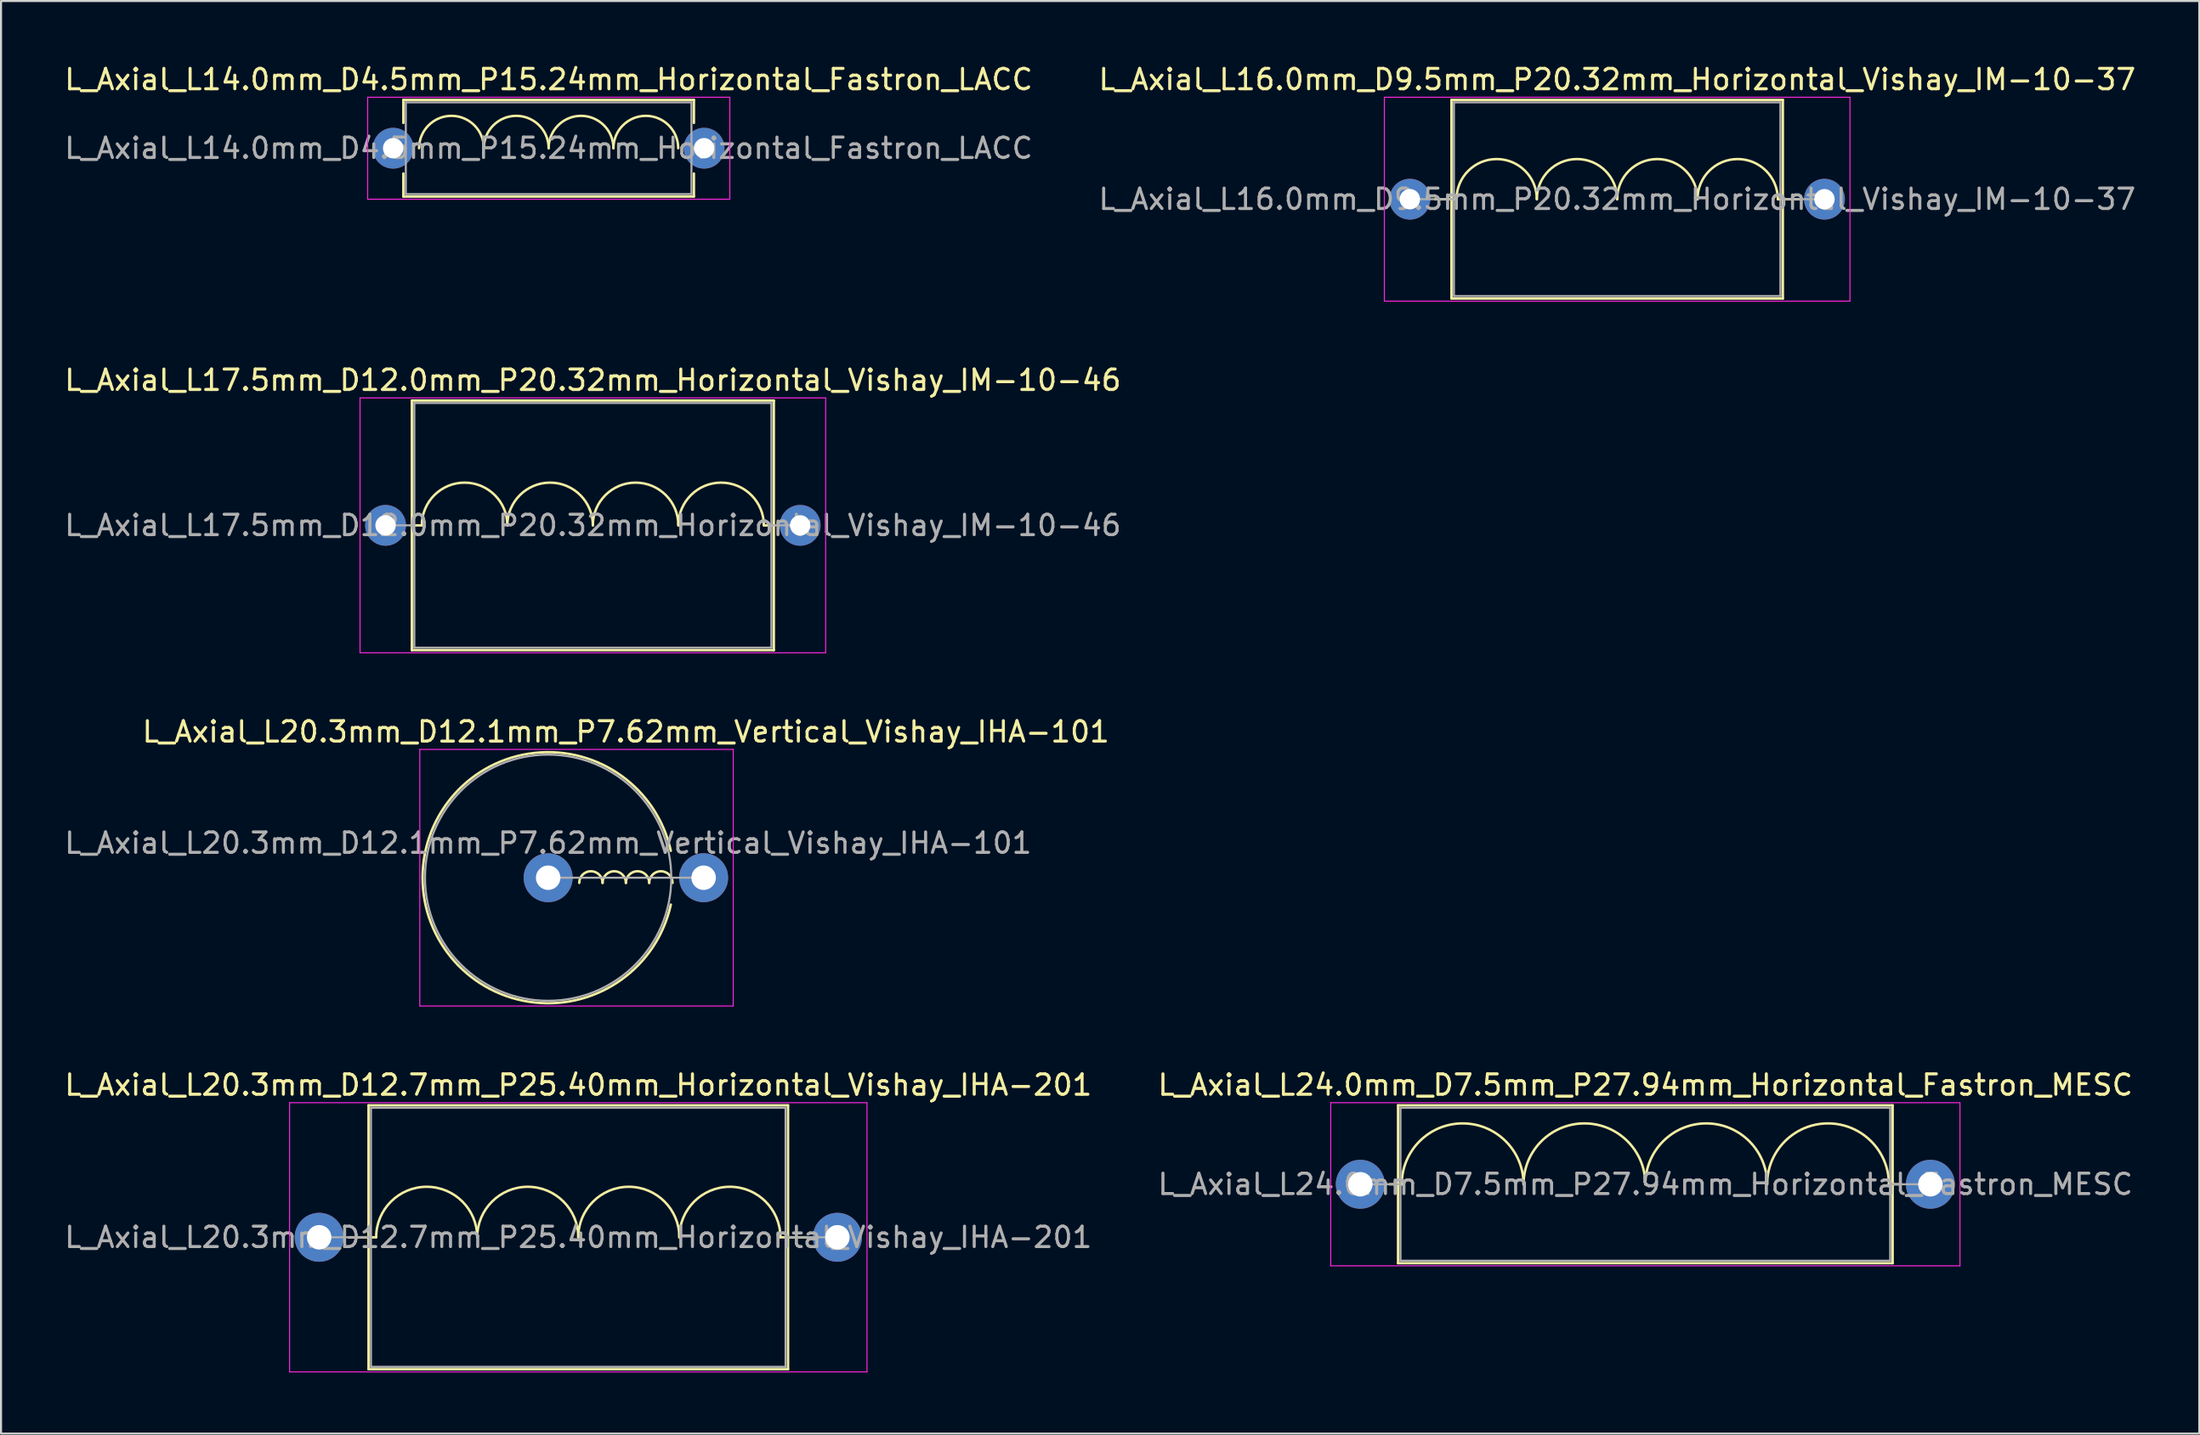
<source format=kicad_pcb>
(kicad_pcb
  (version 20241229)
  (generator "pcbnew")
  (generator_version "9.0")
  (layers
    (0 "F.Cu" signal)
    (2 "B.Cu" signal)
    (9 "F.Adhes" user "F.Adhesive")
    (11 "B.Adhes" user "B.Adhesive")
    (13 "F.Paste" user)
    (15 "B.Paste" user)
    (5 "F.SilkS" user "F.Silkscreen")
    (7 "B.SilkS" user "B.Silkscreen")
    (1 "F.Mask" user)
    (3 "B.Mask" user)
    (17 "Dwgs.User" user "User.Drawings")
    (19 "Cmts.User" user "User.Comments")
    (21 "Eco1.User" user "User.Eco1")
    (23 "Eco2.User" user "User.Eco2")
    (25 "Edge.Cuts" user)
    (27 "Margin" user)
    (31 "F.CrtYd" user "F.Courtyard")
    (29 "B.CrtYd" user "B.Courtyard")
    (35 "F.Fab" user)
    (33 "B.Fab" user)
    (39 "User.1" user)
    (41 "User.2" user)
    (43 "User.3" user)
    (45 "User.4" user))
  (footprint "L_Axial_L20.3mm_D12.7mm_P25.40mm_Horizontal_Vishay_IHA-201"
    (layer "F.Cu")
    (at 12.592 57.623)
    (property "Reference" "L_Axial_L20.3mm_D12.7mm_P25.40mm_Horizontal_Vishay_IHA-201" (at 12.7 -7.47 0) (layer "F.SilkS") (effects (font (size 1 1) (thickness 0.15))))
    (attr through_hole)
    (fp_line (start 1.44 0) (end 2.42 0) (stroke (width 0.12) (type solid)) (layer "F.SilkS"))
    (fp_line (start 2.42 -6.47) (end 2.42 6.47) (stroke (width 0.12) (type solid)) (layer "F.SilkS"))
    (fp_line (start 2.42 6.47) (end 22.98 6.47) (stroke (width 0.12) (type solid)) (layer "F.SilkS"))
    (fp_line (start 2.794 0) (end 2.42 0) (stroke (width 0.12) (type solid)) (layer "F.SilkS"))
    (fp_line (start 22.606 0) (end 22.98 0) (stroke (width 0.12) (type solid)) (layer "F.SilkS"))
    (fp_line (start 22.98 -6.47) (end 2.42 -6.47) (stroke (width 0.12) (type solid)) (layer "F.SilkS"))
    (fp_line (start 22.98 6.47) (end 22.98 -6.47) (stroke (width 0.12) (type solid)) (layer "F.SilkS"))
    (fp_line (start 23.96 0) (end 22.98 0) (stroke (width 0.12) (type solid)) (layer "F.SilkS"))
    (fp_arc (start 2.794 0) (mid 5.2705 -2.4765) (end 7.747 0) (stroke (width 0.12) (type solid)) (layer "F.SilkS"))
    (fp_arc (start 7.747 0) (mid 10.2235 -2.4765) (end 12.7 0) (stroke (width 0.12) (type solid)) (layer "F.SilkS"))
    (fp_arc (start 12.7 0) (mid 15.1765 -2.4765) (end 17.653 0) (stroke (width 0.12) (type solid)) (layer "F.SilkS"))
    (fp_arc (start 17.653 0) (mid 20.1295 -2.4765) (end 22.606 0) (stroke (width 0.12) (type solid)) (layer "F.SilkS"))
    (fp_line (start -1.45 -6.6) (end -1.45 6.6) (stroke (width 0.05) (type solid)) (layer "F.CrtYd"))
    (fp_line (start -1.45 6.6) (end 26.85 6.6) (stroke (width 0.05) (type solid)) (layer "F.CrtYd"))
    (fp_line (start 26.85 -6.6) (end -1.45 -6.6) (stroke (width 0.05) (type solid)) (layer "F.CrtYd"))
    (fp_line (start 26.85 6.6) (end 26.85 -6.6) (stroke (width 0.05) (type solid)) (layer "F.CrtYd"))
    (fp_line (start 0 0) (end 2.54 0) (stroke (width 0.1) (type solid)) (layer "F.Fab"))
    (fp_line (start 2.54 -6.35) (end 2.54 6.35) (stroke (width 0.1) (type solid)) (layer "F.Fab"))
    (fp_line (start 2.54 6.35) (end 22.86 6.35) (stroke (width 0.1) (type solid)) (layer "F.Fab"))
    (fp_line (start 22.86 -6.35) (end 2.54 -6.35) (stroke (width 0.1) (type solid)) (layer "F.Fab"))
    (fp_line (start 22.86 6.35) (end 22.86 -6.35) (stroke (width 0.1) (type solid)) (layer "F.Fab"))
    (fp_line (start 25.4 0) (end 22.86 0) (stroke (width 0.1) (type solid)) (layer "F.Fab"))
    (fp_text user "${REFERENCE}" (at 12.7 0 0) (layer "F.Fab") (effects (font (size 1 1) (thickness 0.15))))
    (pad "1" thru_hole circle (at 0 0) (size 2.4 2.4) (drill 1.2) (layers "*.Cu" "*.Mask"))
    (pad "2" thru_hole oval (at 25.4 0) (size 2.4 2.4) (drill 1.2) (layers "*.Cu" "*.Mask")))
  (footprint "L_Axial_L24.0mm_D7.5mm_P27.94mm_Horizontal_Fastron_MESC"
    (layer "F.Cu")
    (at 63.619 55.023)
    (property "Reference" "L_Axial_L24.0mm_D7.5mm_P27.94mm_Horizontal_Fastron_MESC" (at 13.97 -4.87 0) (layer "F.SilkS") (effects (font (size 1 1) (thickness 0.15))))
    (attr through_hole)
    (fp_line (start 1.44 0) (end 1.85 0) (stroke (width 0.12) (type solid)) (layer "F.SilkS"))
    (fp_line (start 1.85 -3.87) (end 1.85 3.87) (stroke (width 0.12) (type solid)) (layer "F.SilkS"))
    (fp_line (start 1.85 3.87) (end 26.09 3.87) (stroke (width 0.12) (type solid)) (layer "F.SilkS"))
    (fp_line (start 2.032 0) (end 1.85 0) (stroke (width 0.12) (type solid)) (layer "F.SilkS"))
    (fp_line (start 25.908 0) (end 26.09 0) (stroke (width 0.12) (type solid)) (layer "F.SilkS"))
    (fp_line (start 26.09 -3.87) (end 1.85 -3.87) (stroke (width 0.12) (type solid)) (layer "F.SilkS"))
    (fp_line (start 26.09 3.87) (end 26.09 -3.87) (stroke (width 0.12) (type solid)) (layer "F.SilkS"))
    (fp_line (start 26.5 0) (end 26.09 0) (stroke (width 0.12) (type solid)) (layer "F.SilkS"))
    (fp_arc (start 2.032 0) (mid 5.0165 -2.9845) (end 8.001 0) (stroke (width 0.12) (type solid)) (layer "F.SilkS"))
    (fp_arc (start 8.001 0) (mid 10.9855 -2.9845) (end 13.97 0) (stroke (width 0.12) (type solid)) (layer "F.SilkS"))
    (fp_arc (start 13.97 0) (mid 16.9545 -2.9845) (end 19.939 0) (stroke (width 0.12) (type solid)) (layer "F.SilkS"))
    (fp_arc (start 19.939 0) (mid 22.9235 -2.9845) (end 25.908 0) (stroke (width 0.12) (type solid)) (layer "F.SilkS"))
    (fp_line (start -1.45 -4) (end -1.45 4) (stroke (width 0.05) (type solid)) (layer "F.CrtYd"))
    (fp_line (start -1.45 4) (end 29.39 4) (stroke (width 0.05) (type solid)) (layer "F.CrtYd"))
    (fp_line (start 29.39 -4) (end -1.45 -4) (stroke (width 0.05) (type solid)) (layer "F.CrtYd"))
    (fp_line (start 29.39 4) (end 29.39 -4) (stroke (width 0.05) (type solid)) (layer "F.CrtYd"))
    (fp_line (start 0 0) (end 1.97 0) (stroke (width 0.1) (type solid)) (layer "F.Fab"))
    (fp_line (start 1.97 -3.75) (end 1.97 3.75) (stroke (width 0.1) (type solid)) (layer "F.Fab"))
    (fp_line (start 1.97 3.75) (end 25.97 3.75) (stroke (width 0.1) (type solid)) (layer "F.Fab"))
    (fp_line (start 25.97 -3.75) (end 1.97 -3.75) (stroke (width 0.1) (type solid)) (layer "F.Fab"))
    (fp_line (start 25.97 3.75) (end 25.97 -3.75) (stroke (width 0.1) (type solid)) (layer "F.Fab"))
    (fp_line (start 27.94 0) (end 25.97 0) (stroke (width 0.1) (type solid)) (layer "F.Fab"))
    (fp_text user "${REFERENCE}" (at 13.97 0 0) (layer "F.Fab") (effects (font (size 1 1) (thickness 0.15))))
    (pad "1" thru_hole circle (at 0 0) (size 2.4 2.4) (drill 1.2) (layers "*.Cu" "*.Mask"))
    (pad "2" thru_hole oval (at 27.94 0) (size 2.4 2.4) (drill 1.2) (layers "*.Cu" "*.Mask")))
  (footprint "L_Axial_L17.5mm_D12.0mm_P20.32mm_Horizontal_Vishay_IM-10-46"
    (layer "F.Cu")
    (at 15.846 22.712)
    (property "Reference" "L_Axial_L17.5mm_D12.0mm_P20.32mm_Horizontal_Vishay_IM-10-46" (at 10.16 -7.12 0) (layer "F.SilkS") (effects (font (size 1 1) (thickness 0.15))))
    (attr through_hole)
    (fp_line (start 1.24 0) (end 1.29 0) (stroke (width 0.12) (type solid)) (layer "F.SilkS"))
    (fp_line (start 1.29 -6.12) (end 1.29 6.12) (stroke (width 0.12) (type solid)) (layer "F.SilkS"))
    (fp_line (start 1.29 6.12) (end 19.03 6.12) (stroke (width 0.12) (type solid)) (layer "F.SilkS"))
    (fp_line (start 1.778 0) (end 1.29 0) (stroke (width 0.12) (type solid)) (layer "F.SilkS"))
    (fp_line (start 18.542 0) (end 19.03 0) (stroke (width 0.12) (type solid)) (layer "F.SilkS"))
    (fp_line (start 19.03 -6.12) (end 1.29 -6.12) (stroke (width 0.12) (type solid)) (layer "F.SilkS"))
    (fp_line (start 19.03 6.12) (end 19.03 -6.12) (stroke (width 0.12) (type solid)) (layer "F.SilkS"))
    (fp_line (start 19.08 0) (end 19.03 0) (stroke (width 0.12) (type solid)) (layer "F.SilkS"))
    (fp_arc (start 1.778 0) (mid 3.8735 -2.0955) (end 5.969 0) (stroke (width 0.12) (type solid)) (layer "F.SilkS"))
    (fp_arc (start 5.969 0) (mid 8.0645 -2.0955) (end 10.16 0) (stroke (width 0.12) (type solid)) (layer "F.SilkS"))
    (fp_arc (start 10.16 0) (mid 12.2555 -2.0955) (end 14.351 0) (stroke (width 0.12) (type solid)) (layer "F.SilkS"))
    (fp_arc (start 14.351 0) (mid 16.4465 -2.0955) (end 18.542 0) (stroke (width 0.12) (type solid)) (layer "F.SilkS"))
    (fp_line (start -1.25 -6.25) (end -1.25 6.25) (stroke (width 0.05) (type solid)) (layer "F.CrtYd"))
    (fp_line (start -1.25 6.25) (end 21.57 6.25) (stroke (width 0.05) (type solid)) (layer "F.CrtYd"))
    (fp_line (start 21.57 -6.25) (end -1.25 -6.25) (stroke (width 0.05) (type solid)) (layer "F.CrtYd"))
    (fp_line (start 21.57 6.25) (end 21.57 -6.25) (stroke (width 0.05) (type solid)) (layer "F.CrtYd"))
    (fp_line (start 0 0) (end 1.41 0) (stroke (width 0.1) (type solid)) (layer "F.Fab"))
    (fp_line (start 1.41 -6) (end 1.41 6) (stroke (width 0.1) (type solid)) (layer "F.Fab"))
    (fp_line (start 1.41 6) (end 18.91 6) (stroke (width 0.1) (type solid)) (layer "F.Fab"))
    (fp_line (start 18.91 -6) (end 1.41 -6) (stroke (width 0.1) (type solid)) (layer "F.Fab"))
    (fp_line (start 18.91 6) (end 18.91 -6) (stroke (width 0.1) (type solid)) (layer "F.Fab"))
    (fp_line (start 20.32 0) (end 18.91 0) (stroke (width 0.1) (type solid)) (layer "F.Fab"))
    (fp_text user "${REFERENCE}" (at 10.16 0 0) (layer "F.Fab") (effects (font (size 1 1) (thickness 0.15))))
    (pad "1" thru_hole circle (at 0 0) (size 2 2) (drill 1) (layers "*.Cu" "*.Mask"))
    (pad "2" thru_hole oval (at 20.32 0) (size 2 2) (drill 1) (layers "*.Cu" "*.Mask")))
  (footprint "L_Axial_L16.0mm_D9.5mm_P20.32mm_Horizontal_Vishay_IM-10-37"
    (layer "F.Cu")
    (at 66.048 6.718)
    (property "Reference" "L_Axial_L16.0mm_D9.5mm_P20.32mm_Horizontal_Vishay_IM-10-37" (at 10.16 -5.87 0) (layer "F.SilkS") (effects (font (size 1 1) (thickness 0.15))))
    (attr through_hole)
    (fp_line (start 1.24 0) (end 2.04 0) (stroke (width 0.12) (type solid)) (layer "F.SilkS"))
    (fp_line (start 2.04 -4.87) (end 2.04 4.87) (stroke (width 0.12) (type solid)) (layer "F.SilkS"))
    (fp_line (start 2.04 4.87) (end 18.28 4.87) (stroke (width 0.12) (type solid)) (layer "F.SilkS"))
    (fp_line (start 2.286 0) (end 2.04 0) (stroke (width 0.12) (type solid)) (layer "F.SilkS"))
    (fp_line (start 18.034 0) (end 18.288 0) (stroke (width 0.12) (type solid)) (layer "F.SilkS"))
    (fp_line (start 18.28 -4.87) (end 2.04 -4.87) (stroke (width 0.12) (type solid)) (layer "F.SilkS"))
    (fp_line (start 18.28 4.87) (end 18.28 -4.87) (stroke (width 0.12) (type solid)) (layer "F.SilkS"))
    (fp_line (start 19.08 0) (end 18.28 0) (stroke (width 0.12) (type solid)) (layer "F.SilkS"))
    (fp_arc (start 2.286 0) (mid 4.2545 -1.9685) (end 6.223 0) (stroke (width 0.12) (type solid)) (layer "F.SilkS"))
    (fp_arc (start 6.223 0) (mid 8.1915 -1.9685) (end 10.16 0) (stroke (width 0.12) (type solid)) (layer "F.SilkS"))
    (fp_arc (start 10.16 0) (mid 12.1285 -1.9685) (end 14.097 0) (stroke (width 0.12) (type solid)) (layer "F.SilkS"))
    (fp_arc (start 14.097 0) (mid 16.0655 -1.9685) (end 18.034 0) (stroke (width 0.12) (type solid)) (layer "F.SilkS"))
    (fp_line (start -1.25 -5) (end -1.25 5) (stroke (width 0.05) (type solid)) (layer "F.CrtYd"))
    (fp_line (start -1.25 5) (end 21.57 5) (stroke (width 0.05) (type solid)) (layer "F.CrtYd"))
    (fp_line (start 21.57 -5) (end -1.25 -5) (stroke (width 0.05) (type solid)) (layer "F.CrtYd"))
    (fp_line (start 21.57 5) (end 21.57 -5) (stroke (width 0.05) (type solid)) (layer "F.CrtYd"))
    (fp_line (start 0 0) (end 2.16 0) (stroke (width 0.1) (type solid)) (layer "F.Fab"))
    (fp_line (start 2.16 -4.75) (end 2.16 4.75) (stroke (width 0.1) (type solid)) (layer "F.Fab"))
    (fp_line (start 2.16 4.75) (end 18.16 4.75) (stroke (width 0.1) (type solid)) (layer "F.Fab"))
    (fp_line (start 18.16 -4.75) (end 2.16 -4.75) (stroke (width 0.1) (type solid)) (layer "F.Fab"))
    (fp_line (start 18.16 4.75) (end 18.16 -4.75) (stroke (width 0.1) (type solid)) (layer "F.Fab"))
    (fp_line (start 20.32 0) (end 18.16 0) (stroke (width 0.1) (type solid)) (layer "F.Fab"))
    (fp_text user "${REFERENCE}" (at 10.16 0 0) (layer "F.Fab") (effects (font (size 1 1) (thickness 0.15))))
    (pad "1" thru_hole circle (at 0 0) (size 2 2) (drill 1) (layers "*.Cu" "*.Mask"))
    (pad "2" thru_hole oval (at 20.32 0) (size 2 2) (drill 1) (layers "*.Cu" "*.Mask")))
  (footprint "L_Axial_L14.0mm_D4.5mm_P15.24mm_Horizontal_Fastron_LACC"
    (layer "F.Cu")
    (at 16.219 4.218)
    (property "Reference" "L_Axial_L14.0mm_D4.5mm_P15.24mm_Horizontal_Fastron_LACC" (at 7.62 -3.37 0) (layer "F.SilkS") (effects (font (size 1 1) (thickness 0.15))))
    (attr through_hole)
    (fp_line (start 0.5 -2.37) (end 14.74 -2.37) (stroke (width 0.12) (type solid)) (layer "F.SilkS"))
    (fp_line (start 0.5 -1.24) (end 0.5 -2.37) (stroke (width 0.12) (type solid)) (layer "F.SilkS"))
    (fp_line (start 0.5 1.24) (end 0.5 2.37) (stroke (width 0.12) (type solid)) (layer "F.SilkS"))
    (fp_line (start 0.5 2.37) (end 14.74 2.37) (stroke (width 0.12) (type solid)) (layer "F.SilkS"))
    (fp_line (start 14.74 -2.37) (end 14.74 -1.24) (stroke (width 0.12) (type solid)) (layer "F.SilkS"))
    (fp_line (start 14.74 2.37) (end 14.74 1.24) (stroke (width 0.12) (type solid)) (layer "F.SilkS"))
    (fp_arc (start 1.27 0) (mid 2.8575 -1.5875) (end 4.445 0) (stroke (width 0.12) (type solid)) (layer "F.SilkS"))
    (fp_arc (start 4.445 0) (mid 6.0325 -1.5875) (end 7.62 0) (stroke (width 0.12) (type solid)) (layer "F.SilkS"))
    (fp_arc (start 7.62 0) (mid 9.2075 -1.5875) (end 10.795 0) (stroke (width 0.12) (type solid)) (layer "F.SilkS"))
    (fp_arc (start 10.795 0) (mid 12.3825 -1.5875) (end 13.97 0) (stroke (width 0.12) (type solid)) (layer "F.SilkS"))
    (fp_line (start -1.25 -2.5) (end -1.25 2.5) (stroke (width 0.05) (type solid)) (layer "F.CrtYd"))
    (fp_line (start -1.25 2.5) (end 16.5 2.5) (stroke (width 0.05) (type solid)) (layer "F.CrtYd"))
    (fp_line (start 16.5 -2.5) (end -1.25 -2.5) (stroke (width 0.05) (type solid)) (layer "F.CrtYd"))
    (fp_line (start 16.5 2.5) (end 16.5 -2.5) (stroke (width 0.05) (type solid)) (layer "F.CrtYd"))
    (fp_line (start 0 0) (end 0.62 0) (stroke (width 0.1) (type solid)) (layer "F.Fab"))
    (fp_line (start 0.62 -2.25) (end 0.62 2.25) (stroke (width 0.1) (type solid)) (layer "F.Fab"))
    (fp_line (start 0.62 2.25) (end 14.62 2.25) (stroke (width 0.1) (type solid)) (layer "F.Fab"))
    (fp_line (start 14.62 -2.25) (end 0.62 -2.25) (stroke (width 0.1) (type solid)) (layer "F.Fab"))
    (fp_line (start 14.62 2.25) (end 14.62 -2.25) (stroke (width 0.1) (type solid)) (layer "F.Fab"))
    (fp_line (start 15.24 0) (end 14.62 0) (stroke (width 0.1) (type solid)) (layer "F.Fab"))
    (fp_text user "${REFERENCE}" (at 7.62 0 0) (layer "F.Fab") (effects (font (size 1 1) (thickness 0.15))))
    (pad "1" thru_hole circle (at 0 0) (size 2 2) (drill 1) (layers "*.Cu" "*.Mask"))
    (pad "2" thru_hole oval (at 15.24 0) (size 2 2) (drill 1) (layers "*.Cu" "*.Mask")))
  (footprint "L_Axial_L20.3mm_D12.1mm_P7.62mm_Vertical_Vishay_IHA-101"
    (layer "F.Cu")
    (at 23.815 39.99)
    (property "Reference" "L_Axial_L20.3mm_D12.1mm_P7.62mm_Vertical_Vishay_IHA-101" (at 3.81 -7.155 0) (layer "F.SilkS") (effects (font (size 1 1) (thickness 0.15))))
    (attr through_hole)
    (fp_arc (start 1.524 0.254) (mid 2.0955 -0.3175) (end 2.667 0.254) (stroke (width 0.12) (type solid)) (layer "F.SilkS"))
    (fp_arc (start 2.667 0.254) (mid 3.2385 -0.3175) (end 3.81 0.254) (stroke (width 0.12) (type solid)) (layer "F.SilkS"))
    (fp_arc (start 3.81 0.254) (mid 4.3815 -0.3175) (end 4.953 0.254) (stroke (width 0.12) (type solid)) (layer "F.SilkS"))
    (fp_arc (start 4.953 0.254) (mid 5.5245 -0.3175) (end 6.096 0.254) (stroke (width 0.12) (type solid)) (layer "F.SilkS"))
    (fp_arc (start 6.01179 1.32) (mid -6.155 0) (end 6.01179 -1.32) (stroke (width 0.12) (type solid)) (layer "F.SilkS"))
    (fp_line (start -6.29 -6.29) (end -6.29 6.29) (stroke (width 0.05) (type solid)) (layer "F.CrtYd"))
    (fp_line (start -6.29 6.29) (end 9.07 6.29) (stroke (width 0.05) (type solid)) (layer "F.CrtYd"))
    (fp_line (start 9.07 -6.29) (end -6.29 -6.29) (stroke (width 0.05) (type solid)) (layer "F.CrtYd"))
    (fp_line (start 9.07 6.29) (end 9.07 -6.29) (stroke (width 0.05) (type solid)) (layer "F.CrtYd"))
    (fp_line (start 0 0) (end 7.62 0) (stroke (width 0.1) (type solid)) (layer "F.Fab"))
    (fp_circle (center 0 0) (end 6.035 0) (stroke (width 0.1) (type solid)) (fill no) (layer "F.Fab"))
    (fp_text user "${REFERENCE}" (at 0 -1.7 0) (layer "F.Fab") (effects (font (size 1 1) (thickness 0.15))))
    (pad "1" thru_hole circle (at 0 0) (size 2.4 2.4) (drill 1.2) (layers "*.Cu" "*.Mask"))
    (pad "2" thru_hole oval (at 7.62 0) (size 2.4 2.4) (drill 1.2) (layers "*.Cu" "*.Mask")))
  (gr_rect
    (start -3 -3)
    (end 104.738 67.248)
    (stroke (width 0.1) (type default))
    (fill no)
    (layer "Edge.Cuts")))
</source>
